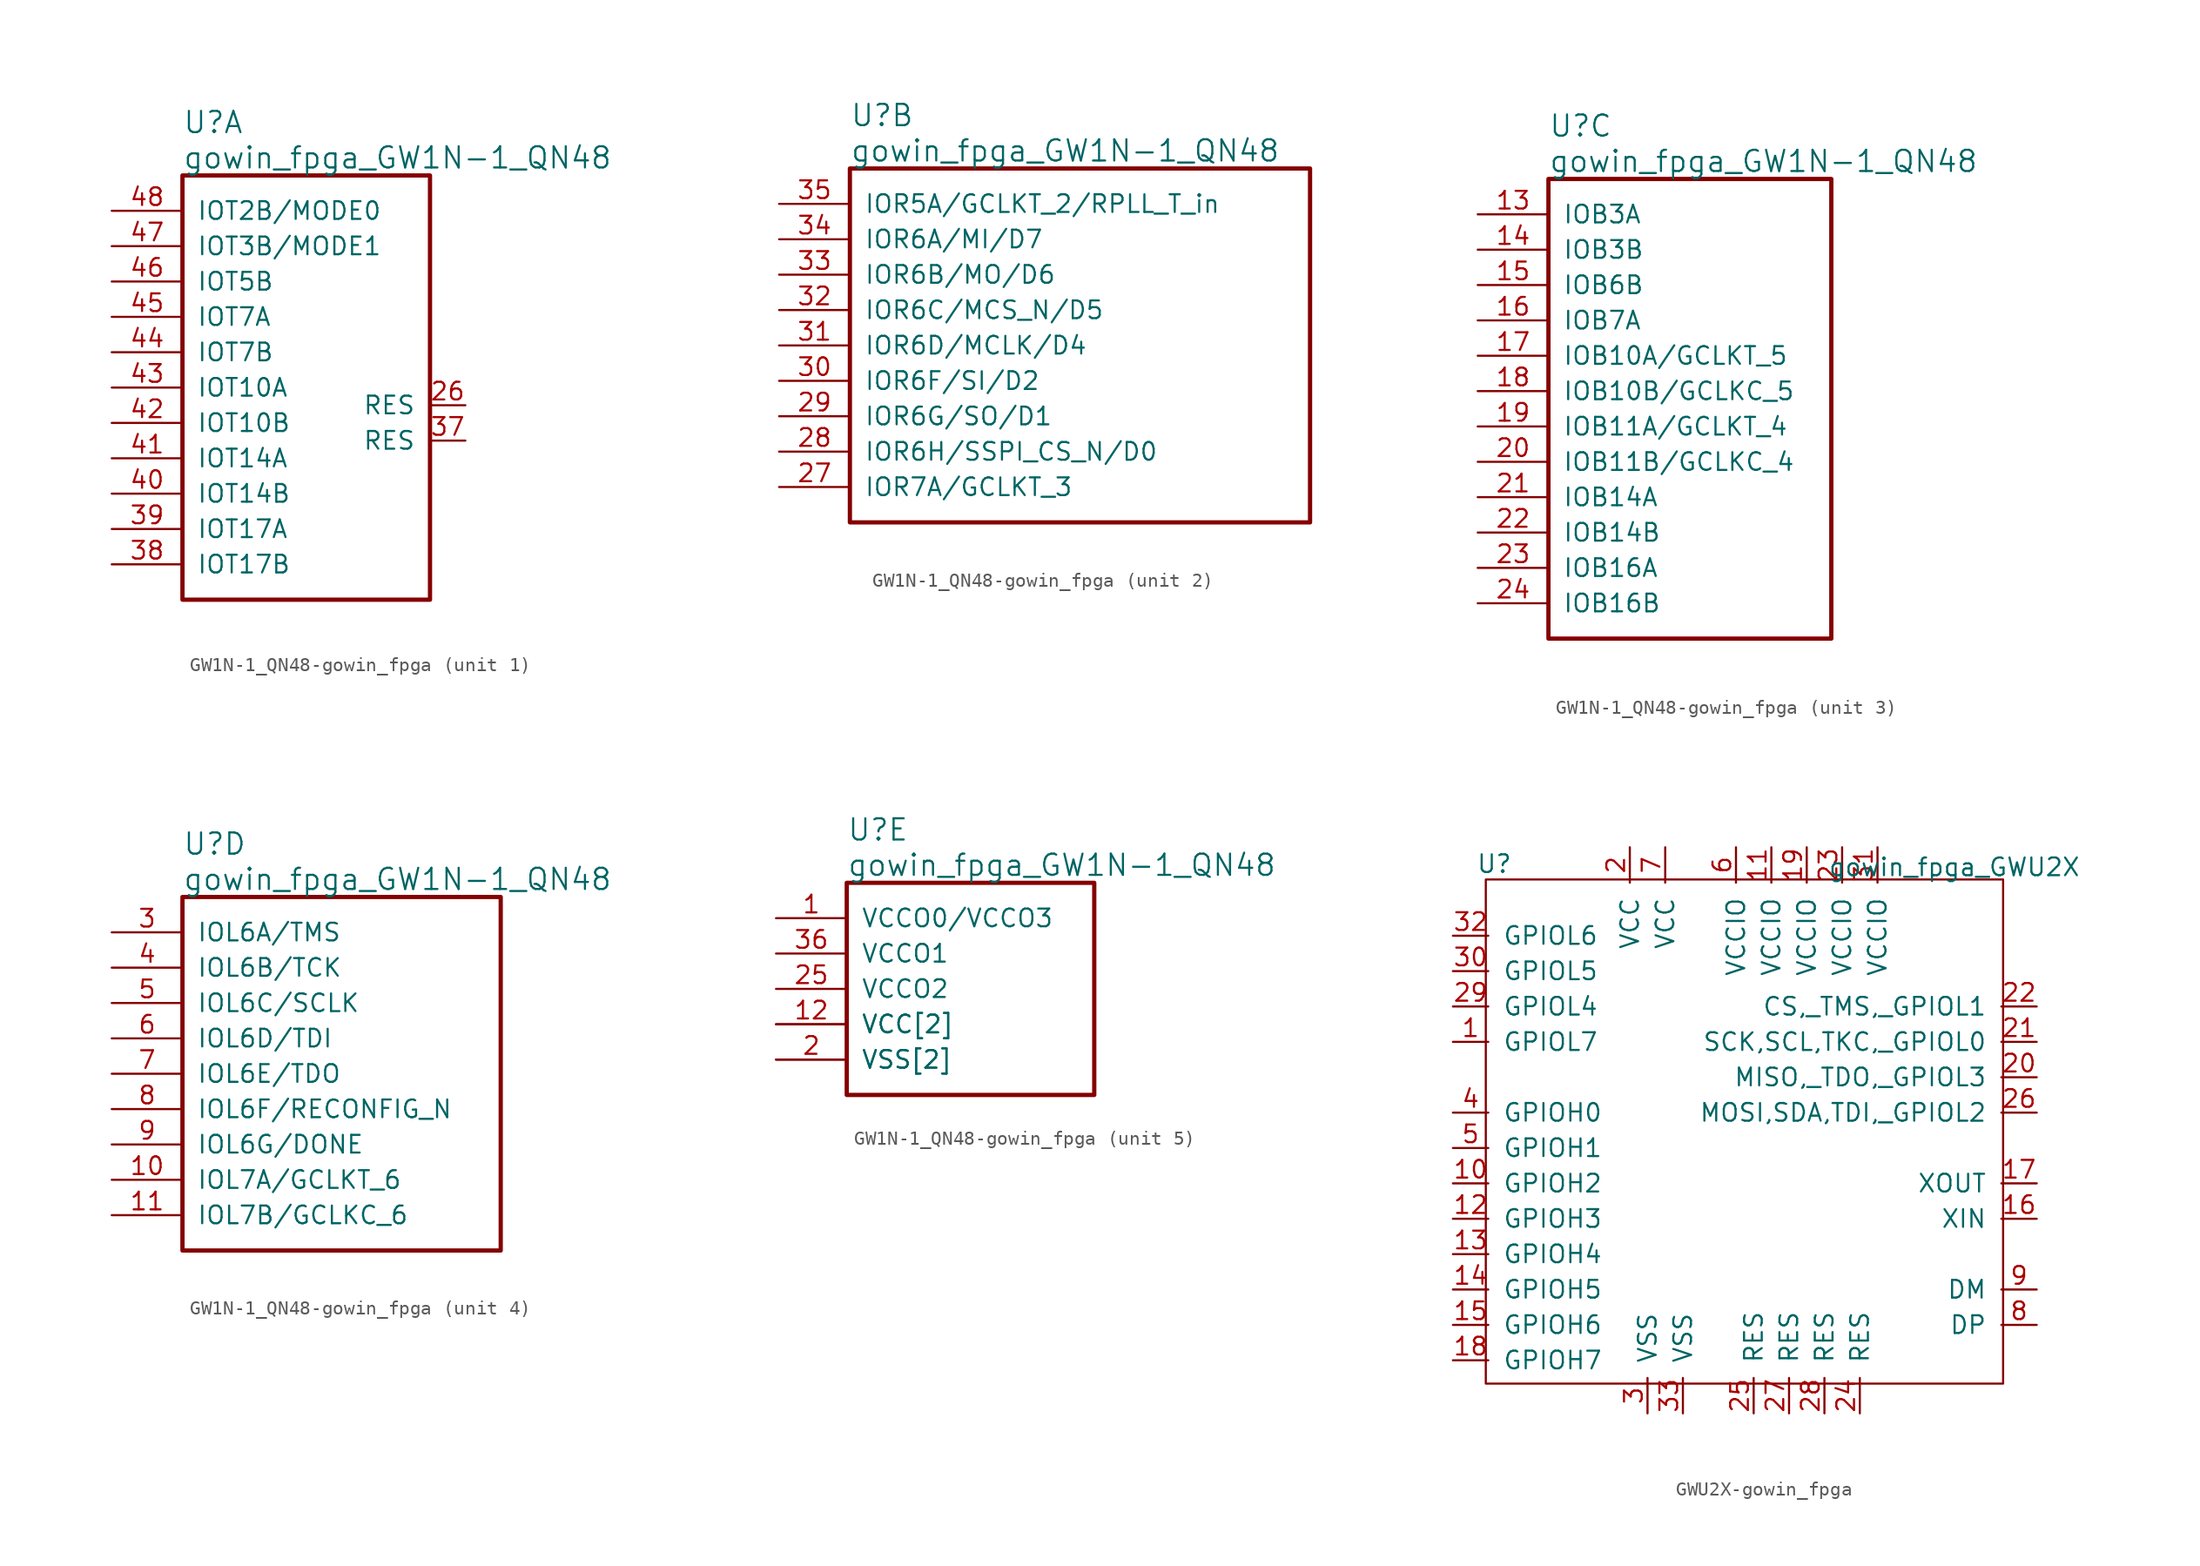
<source format=kicad_sym>
(kicad_symbol_lib
  (version 20220914)
  (generator kicad_symbol_editor)
  (symbol "GW1N-1_QN48-gowin_fpga"
    (pin_names
      (offset 1.016))
    (property "Reference" "U"
      (at 5.08 6.35 0)
      (effects (font (size 1.524 1.524)) (justify left)))
    (property "Value" "gowin_fpga_GW1N-1_QN48"
      (at 5.08 3.81 0)
      (effects (font (size 1.524 1.524)) (justify left)))
    (property "ki_locked" ""
      (at 0 0 0)
      (effects (font (size 1.27 1.27))))
    (symbol "GW1N-1_QN48-gowin_fpga_1_1"
      (rectangle (start 5.08 2.54) (end 22.86 -27.94) (stroke (width 0.305) (type solid)) (fill (type none)))
      (pin bidirectional line (at 25.4 -13.97 180) (length 2.54) (name "RES" (effects (font (size 1.27 1.27)))) (number "26" (effects (font (size 1.27 1.27)))))
      (pin bidirectional line (at 25.4 -16.51 180) (length 2.54) (name "RES" (effects (font (size 1.27 1.27)))) (number "37" (effects (font (size 1.27 1.27)))))
      (pin bidirectional line (at 0 -25.4 0) (length 5.08) (name "IOT17B" (effects (font (size 1.27 1.27)))) (number "38" (effects (font (size 1.27 1.27)))))
      (pin bidirectional line (at 0 -22.86 0) (length 5.08) (name "IOT17A" (effects (font (size 1.27 1.27)))) (number "39" (effects (font (size 1.27 1.27)))))
      (pin bidirectional line (at 0 -20.32 0) (length 5.08) (name "IOT14B" (effects (font (size 1.27 1.27)))) (number "40" (effects (font (size 1.27 1.27)))))
      (pin bidirectional line (at 0 -17.78 0) (length 5.08) (name "IOT14A" (effects (font (size 1.27 1.27)))) (number "41" (effects (font (size 1.27 1.27)))))
      (pin bidirectional line (at 0 -15.24 0) (length 5.08) (name "IOT10B" (effects (font (size 1.27 1.27)))) (number "42" (effects (font (size 1.27 1.27)))))
      (pin bidirectional line (at 0 -12.7 0) (length 5.08) (name "IOT10A" (effects (font (size 1.27 1.27)))) (number "43" (effects (font (size 1.27 1.27)))))
      (pin bidirectional line (at 0 -10.16 0) (length 5.08) (name "IOT7B" (effects (font (size 1.27 1.27)))) (number "44" (effects (font (size 1.27 1.27)))))
      (pin bidirectional line (at 0 -7.62 0) (length 5.08) (name "IOT7A" (effects (font (size 1.27 1.27)))) (number "45" (effects (font (size 1.27 1.27)))))
      (pin bidirectional line (at 0 -5.08 0) (length 5.08) (name "IOT5B" (effects (font (size 1.27 1.27)))) (number "46" (effects (font (size 1.27 1.27)))))
      (pin bidirectional line (at 0 -2.54 0) (length 5.08) (name "IOT3B/MODE1" (effects (font (size 1.27 1.27)))) (number "47" (effects (font (size 1.27 1.27)))))
      (pin bidirectional line (at 0 0 0) (length 5.08) (name "IOT2B/MODE0" (effects (font (size 1.27 1.27)))) (number "48" (effects (font (size 1.27 1.27))))))
    (symbol "GW1N-1_QN48-gowin_fpga_2_1"
      (rectangle (start 5.08 2.54) (end 38.1 -22.86) (stroke (width 0.305) (type solid)) (fill (type none)))
      (pin bidirectional line (at 0 -20.32 0) (length 5.08) (name "IOR7A/GCLKT_3" (effects (font (size 1.27 1.27)))) (number "27" (effects (font (size 1.27 1.27)))))
      (pin bidirectional line (at 0 -17.78 0) (length 5.08) (name "IOR6H/SSPI_CS_N/D0" (effects (font (size 1.27 1.27)))) (number "28" (effects (font (size 1.27 1.27)))))
      (pin bidirectional line (at 0 -15.24 0) (length 5.08) (name "IOR6G/SO/D1" (effects (font (size 1.27 1.27)))) (number "29" (effects (font (size 1.27 1.27)))))
      (pin bidirectional line (at 0 -12.7 0) (length 5.08) (name "IOR6F/SI/D2" (effects (font (size 1.27 1.27)))) (number "30" (effects (font (size 1.27 1.27)))))
      (pin bidirectional line (at 0 -10.16 0) (length 5.08) (name "IOR6D/MCLK/D4" (effects (font (size 1.27 1.27)))) (number "31" (effects (font (size 1.27 1.27)))))
      (pin bidirectional line (at 0 -7.62 0) (length 5.08) (name "IOR6C/MCS_N/D5" (effects (font (size 1.27 1.27)))) (number "32" (effects (font (size 1.27 1.27)))))
      (pin bidirectional line (at 0 -5.08 0) (length 5.08) (name "IOR6B/MO/D6" (effects (font (size 1.27 1.27)))) (number "33" (effects (font (size 1.27 1.27)))))
      (pin bidirectional line (at 0 -2.54 0) (length 5.08) (name "IOR6A/MI/D7" (effects (font (size 1.27 1.27)))) (number "34" (effects (font (size 1.27 1.27)))))
      (pin bidirectional line (at 0 0 0) (length 5.08) (name "IOR5A/GCLKT_2/RPLL_T_in" (effects (font (size 1.27 1.27)))) (number "35" (effects (font (size 1.27 1.27))))))
    (symbol "GW1N-1_QN48-gowin_fpga_3_1"
      (rectangle (start 5.08 2.54) (end 25.4 -30.48) (stroke (width 0.305) (type solid)) (fill (type none)))
      (pin bidirectional line (at 0 0 0) (length 5.08) (name "IOB3A" (effects (font (size 1.27 1.27)))) (number "13" (effects (font (size 1.27 1.27)))))
      (pin bidirectional line (at 0 -2.54 0) (length 5.08) (name "IOB3B" (effects (font (size 1.27 1.27)))) (number "14" (effects (font (size 1.27 1.27)))))
      (pin bidirectional line (at 0 -5.08 0) (length 5.08) (name "IOB6B" (effects (font (size 1.27 1.27)))) (number "15" (effects (font (size 1.27 1.27)))))
      (pin bidirectional line (at 0 -7.62 0) (length 5.08) (name "IOB7A" (effects (font (size 1.27 1.27)))) (number "16" (effects (font (size 1.27 1.27)))))
      (pin bidirectional line (at 0 -10.16 0) (length 5.08) (name "IOB10A/GCLKT_5" (effects (font (size 1.27 1.27)))) (number "17" (effects (font (size 1.27 1.27)))))
      (pin bidirectional line (at 0 -12.7 0) (length 5.08) (name "IOB10B/GCLKC_5" (effects (font (size 1.27 1.27)))) (number "18" (effects (font (size 1.27 1.27)))))
      (pin bidirectional line (at 0 -15.24 0) (length 5.08) (name "IOB11A/GCLKT_4" (effects (font (size 1.27 1.27)))) (number "19" (effects (font (size 1.27 1.27)))))
      (pin bidirectional line (at 0 -17.78 0) (length 5.08) (name "IOB11B/GCLKC_4" (effects (font (size 1.27 1.27)))) (number "20" (effects (font (size 1.27 1.27)))))
      (pin bidirectional line (at 0 -20.32 0) (length 5.08) (name "IOB14A" (effects (font (size 1.27 1.27)))) (number "21" (effects (font (size 1.27 1.27)))))
      (pin bidirectional line (at 0 -22.86 0) (length 5.08) (name "IOB14B" (effects (font (size 1.27 1.27)))) (number "22" (effects (font (size 1.27 1.27)))))
      (pin bidirectional line (at 0 -25.4 0) (length 5.08) (name "IOB16A" (effects (font (size 1.27 1.27)))) (number "23" (effects (font (size 1.27 1.27)))))
      (pin bidirectional line (at 0 -27.94 0) (length 5.08) (name "IOB16B" (effects (font (size 1.27 1.27)))) (number "24" (effects (font (size 1.27 1.27))))))
    (symbol "GW1N-1_QN48-gowin_fpga_4_1"
      (rectangle (start 5.08 2.54) (end 27.94 -22.86) (stroke (width 0.305) (type solid)) (fill (type none)))
      (pin bidirectional line (at 0 -17.78 0) (length 5.08) (name "IOL7A/GCLKT_6" (effects (font (size 1.27 1.27)))) (number "10" (effects (font (size 1.27 1.27)))))
      (pin bidirectional line (at 0 -20.32 0) (length 5.08) (name "IOL7B/GCLKC_6" (effects (font (size 1.27 1.27)))) (number "11" (effects (font (size 1.27 1.27)))))
      (pin bidirectional line (at 0 0 0) (length 5.08) (name "IOL6A/TMS" (effects (font (size 1.27 1.27)))) (number "3" (effects (font (size 1.27 1.27)))))
      (pin bidirectional line (at 0 -2.54 0) (length 5.08) (name "IOL6B/TCK" (effects (font (size 1.27 1.27)))) (number "4" (effects (font (size 1.27 1.27)))))
      (pin bidirectional line (at 0 -5.08 0) (length 5.08) (name "IOL6C/SCLK" (effects (font (size 1.27 1.27)))) (number "5" (effects (font (size 1.27 1.27)))))
      (pin bidirectional line (at 0 -7.62 0) (length 5.08) (name "IOL6D/TDI" (effects (font (size 1.27 1.27)))) (number "6" (effects (font (size 1.27 1.27)))))
      (pin bidirectional line (at 0 -10.16 0) (length 5.08) (name "IOL6E/TDO" (effects (font (size 1.27 1.27)))) (number "7" (effects (font (size 1.27 1.27)))))
      (pin bidirectional line (at 0 -12.7 0) (length 5.08) (name "IOL6F/RECONFIG_N" (effects (font (size 1.27 1.27)))) (number "8" (effects (font (size 1.27 1.27)))))
      (pin bidirectional line (at 0 -15.24 0) (length 5.08) (name "IOL6G/DONE" (effects (font (size 1.27 1.27)))) (number "9" (effects (font (size 1.27 1.27))))))
    (symbol "GW1N-1_QN48-gowin_fpga_5_1"
      (rectangle (start 5.08 2.54) (end 22.86 -12.7) (stroke (width 0.305) (type solid)) (fill (type none)))
      (pin power_in line (at 0 0 0) (length 5.08) (name "VCCO0/VCCO3" (effects (font (size 1.27 1.27)))) (number "1" (effects (font (size 1.27 1.27)))))
      (pin power_in line (at 0 -7.62 0) (length 5.08) (name "VCC[2]" (effects (font (size 1.27 1.27)))) (number "12" (effects (font (size 1.27 1.27)))))
      (pin power_in line (at 0 -10.16 0) (length 5.08) (name "VSS[2]" (effects (font (size 1.27 1.27)))) (number "2" (effects (font (size 1.27 1.27)))))
      (pin power_in line (at 0 -5.08 0) (length 5.08) (name "VCCO2" (effects (font (size 1.27 1.27)))) (number "25" (effects (font (size 1.27 1.27)))))
      (pin power_in line (at 0 -10.16 0) (length 5.08) (name "VSS[2]" (effects (font (size 1.27 1.27)))) (number "26" (effects (font (size 0 0)))))
      (pin power_in line (at 0 -2.54 0) (length 5.08) (name "VCCO1" (effects (font (size 1.27 1.27)))) (number "36" (effects (font (size 1.27 1.27)))))
      (pin power_in line (at 0 -7.62 0) (length 5.08) (name "VCC[2]" (effects (font (size 1.27 1.27)))) (number "37" (effects (font (size 0 0)))))))
  (symbol "GWU2X-gowin_fpga"
    (pin_names
      (offset 1.016))
    (property "Reference" "U"
      (at -17.348 19.126 0)
      (effects (font (size 1.27 1.27))))
    (property "Value" "gowin_fpga_GWU2X"
      (at 15.672 18.898 0)
      (effects (font (size 1.27 1.27))))
    (symbol "GWU2X-gowin_fpga_0_1"
      (rectangle (start -17.958 18.009) (end 19.177 -18.186) (stroke (width 0) (type solid)) (fill (type none))))
    (symbol "GWU2X-gowin_fpga_1_1"
      (pin bidirectional line (at -20.32 6.35 0) (length 2.54) (name "GPIOL7" (effects (font (size 1.27 1.27)))) (number "1" (effects (font (size 1.27 1.27)))))
      (pin bidirectional line (at -20.32 -3.81 0) (length 2.54) (name "GPIOH2" (effects (font (size 1.27 1.27)))) (number "10" (effects (font (size 1.27 1.27)))))
      (pin power_in line (at 2.54 20.32 270) (length 2.54) (name "VCCIO" (effects (font (size 1.27 1.27)))) (number "11" (effects (font (size 1.27 1.27)))))
      (pin bidirectional line (at -20.32 -6.35 0) (length 2.54) (name "GPIOH3" (effects (font (size 1.27 1.27)))) (number "12" (effects (font (size 1.27 1.27)))))
      (pin bidirectional line (at -20.32 -8.89 0) (length 2.54) (name "GPIOH4" (effects (font (size 1.27 1.27)))) (number "13" (effects (font (size 1.27 1.27)))))
      (pin bidirectional line (at -20.32 -11.43 0) (length 2.54) (name "GPIOH5" (effects (font (size 1.27 1.27)))) (number "14" (effects (font (size 1.27 1.27)))))
      (pin bidirectional line (at -20.32 -13.97 0) (length 2.54) (name "GPIOH6" (effects (font (size 1.27 1.27)))) (number "15" (effects (font (size 1.27 1.27)))))
      (pin input line (at 21.59 -6.35 180) (length 2.54) (name "XIN" (effects (font (size 1.27 1.27)))) (number "16" (effects (font (size 1.27 1.27)))))
      (pin output line (at 21.59 -3.81 180) (length 2.54) (name "XOUT" (effects (font (size 1.27 1.27)))) (number "17" (effects (font (size 1.27 1.27)))))
      (pin bidirectional line (at -20.32 -16.51 0) (length 2.54) (name "GPIOH7" (effects (font (size 1.27 1.27)))) (number "18" (effects (font (size 1.27 1.27)))))
      (pin power_in line (at 5.08 20.32 270) (length 2.54) (name "VCCIO" (effects (font (size 1.27 1.27)))) (number "19" (effects (font (size 1.27 1.27)))))
      (pin power_in line (at -7.62 20.32 270) (length 2.54) (name "VCC" (effects (font (size 1.27 1.27)))) (number "2" (effects (font (size 1.27 1.27)))))
      (pin bidirectional line (at 21.59 3.81 180) (length 2.54) (name "MISO,_TDO,_GPIOL3" (effects (font (size 1.27 1.27)))) (number "20" (effects (font (size 1.27 1.27)))))
      (pin bidirectional line (at 21.59 6.35 180) (length 2.54) (name "SCK,SCL,TKC,_GPIOL0" (effects (font (size 1.27 1.27)))) (number "21" (effects (font (size 1.27 1.27)))))
      (pin bidirectional line (at 21.59 8.89 180) (length 2.54) (name "CS,_TMS,_GPIOL1" (effects (font (size 1.27 1.27)))) (number "22" (effects (font (size 1.27 1.27)))))
      (pin power_in line (at 7.62 20.32 270) (length 2.54) (name "VCCIO" (effects (font (size 1.27 1.27)))) (number "23" (effects (font (size 1.27 1.27)))))
      (pin power_in line (at 8.89 -20.32 90) (length 2.54) (name "RES" (effects (font (size 1.27 1.27)))) (number "24" (effects (font (size 1.27 1.27)))))
      (pin power_in line (at 1.27 -20.32 90) (length 2.54) (name "RES" (effects (font (size 1.27 1.27)))) (number "25" (effects (font (size 1.27 1.27)))))
      (pin bidirectional line (at 21.59 1.27 180) (length 2.54) (name "MOSI,SDA,TDI,_GPIOL2" (effects (font (size 1.27 1.27)))) (number "26" (effects (font (size 1.27 1.27)))))
      (pin power_in line (at 3.81 -20.32 90) (length 2.54) (name "RES" (effects (font (size 1.27 1.27)))) (number "27" (effects (font (size 1.27 1.27)))))
      (pin power_in line (at 6.35 -20.32 90) (length 2.54) (name "RES" (effects (font (size 1.27 1.27)))) (number "28" (effects (font (size 1.27 1.27)))))
      (pin bidirectional line (at -20.32 8.89 0) (length 2.54) (name "GPIOL4" (effects (font (size 1.27 1.27)))) (number "29" (effects (font (size 1.27 1.27)))))
      (pin power_in line (at -6.35 -20.32 90) (length 2.54) (name "VSS" (effects (font (size 1.27 1.27)))) (number "3" (effects (font (size 1.27 1.27)))))
      (pin bidirectional line (at -20.32 11.43 0) (length 2.54) (name "GPIOL5" (effects (font (size 1.27 1.27)))) (number "30" (effects (font (size 1.27 1.27)))))
      (pin power_in line (at 10.16 20.32 270) (length 2.54) (name "VCCIO" (effects (font (size 1.27 1.27)))) (number "31" (effects (font (size 1.27 1.27)))))
      (pin bidirectional line (at -20.32 13.97 0) (length 2.54) (name "GPIOL6" (effects (font (size 1.27 1.27)))) (number "32" (effects (font (size 1.27 1.27)))))
      (pin power_in line (at -3.81 -20.32 90) (length 2.54) (name "VSS" (effects (font (size 1.27 1.27)))) (number "33" (effects (font (size 1.27 1.27)))))
      (pin bidirectional line (at -20.32 1.27 0) (length 2.54) (name "GPIOH0" (effects (font (size 1.27 1.27)))) (number "4" (effects (font (size 1.27 1.27)))))
      (pin bidirectional line (at -20.32 -1.27 0) (length 2.54) (name "GPIOH1" (effects (font (size 1.27 1.27)))) (number "5" (effects (font (size 1.27 1.27)))))
      (pin power_in line (at 0 20.32 270) (length 2.54) (name "VCCIO" (effects (font (size 1.27 1.27)))) (number "6" (effects (font (size 1.27 1.27)))))
      (pin power_in line (at -5.08 20.32 270) (length 2.54) (name "VCC" (effects (font (size 1.27 1.27)))) (number "7" (effects (font (size 1.27 1.27)))))
      (pin bidirectional line (at 21.59 -13.97 180) (length 2.54) (name "DP" (effects (font (size 1.27 1.27)))) (number "8" (effects (font (size 1.27 1.27)))))
      (pin bidirectional line (at 21.59 -11.43 180) (length 2.54) (name "DM" (effects (font (size 1.27 1.27)))) (number "9" (effects (font (size 1.27 1.27))))))))
</source>
